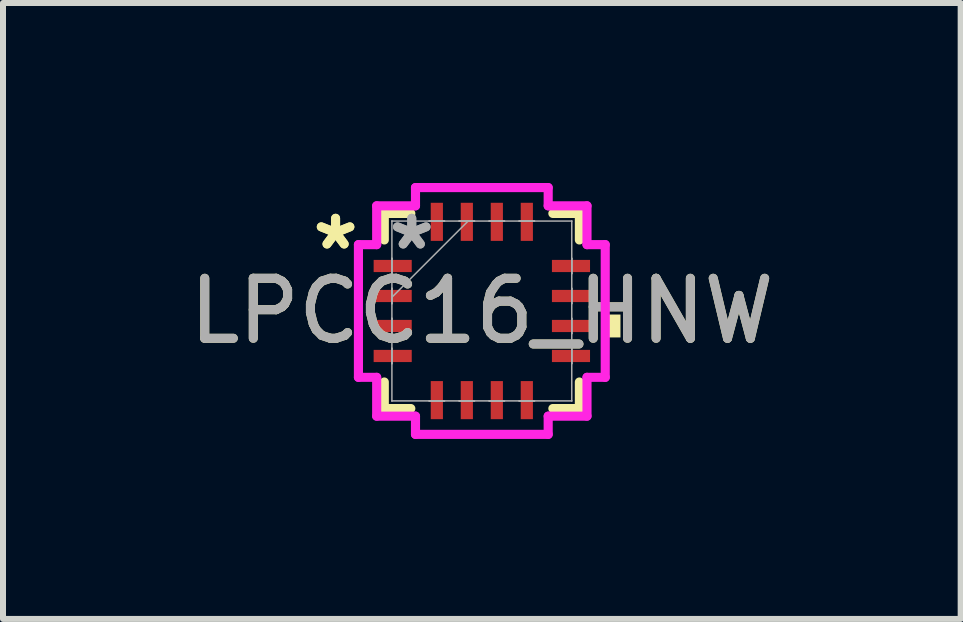
<source format=kicad_pcb>
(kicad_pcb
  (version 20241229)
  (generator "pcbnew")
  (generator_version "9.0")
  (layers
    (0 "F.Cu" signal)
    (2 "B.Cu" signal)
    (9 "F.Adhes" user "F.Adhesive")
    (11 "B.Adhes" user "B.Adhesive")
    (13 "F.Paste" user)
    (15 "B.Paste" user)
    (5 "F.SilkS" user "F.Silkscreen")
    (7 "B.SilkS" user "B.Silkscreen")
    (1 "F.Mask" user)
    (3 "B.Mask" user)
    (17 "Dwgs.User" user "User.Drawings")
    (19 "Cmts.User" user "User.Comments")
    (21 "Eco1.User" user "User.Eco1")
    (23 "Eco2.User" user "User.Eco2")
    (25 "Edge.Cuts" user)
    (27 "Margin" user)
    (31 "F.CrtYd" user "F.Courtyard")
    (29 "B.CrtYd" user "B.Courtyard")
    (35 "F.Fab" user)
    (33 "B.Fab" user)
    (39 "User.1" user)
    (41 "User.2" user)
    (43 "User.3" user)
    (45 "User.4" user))
  (footprint "LPCC16_HNW"
    (layer "F.Cu")
    (at 4.982 2.134)
    (property "Reference" "LPCC16_HNW" (at 0 0 0) (unlocked yes) (layer "F.SilkS") (effects (font (size 1 1) (thickness 0.15))))
    (attr smd)
    (fp_line (start -1.626 -1.626) (end -1.626 -1.184) (stroke (width 0.152) (type solid)) (layer "F.SilkS"))
    (fp_line (start -1.626 1.184) (end -1.626 1.626) (stroke (width 0.152) (type solid)) (layer "F.SilkS"))
    (fp_line (start -1.626 1.626) (end -1.184 1.626) (stroke (width 0.152) (type solid)) (layer "F.SilkS"))
    (fp_line (start -1.184 -1.626) (end -1.626 -1.626) (stroke (width 0.152) (type solid)) (layer "F.SilkS"))
    (fp_line (start 1.184 1.626) (end 1.626 1.626) (stroke (width 0.152) (type solid)) (layer "F.SilkS"))
    (fp_line (start 1.626 -1.626) (end 1.184 -1.626) (stroke (width 0.152) (type solid)) (layer "F.SilkS"))
    (fp_line (start 1.626 -1.184) (end 1.626 -1.626) (stroke (width 0.152) (type solid)) (layer "F.SilkS"))
    (fp_line (start 1.626 1.626) (end 1.626 1.184) (stroke (width 0.152) (type solid)) (layer "F.SilkS"))
    (fp_poly (pts (xy 2.311 0.059) (xy 2.311 0.441) (xy 2.057 0.441) (xy 2.057 0.059)) (stroke (width 0) (type solid)) (fill yes) (layer "F.SilkS"))
    (fp_line (start -2.057 -1.106) (end -1.753 -1.106) (stroke (width 0.152) (type solid)) (layer "F.CrtYd"))
    (fp_line (start -2.057 1.106) (end -2.057 -1.106) (stroke (width 0.152) (type solid)) (layer "F.CrtYd"))
    (fp_line (start -1.753 -1.753) (end -1.106 -1.753) (stroke (width 0.152) (type solid)) (layer "F.CrtYd"))
    (fp_line (start -1.753 -1.106) (end -1.753 -1.753) (stroke (width 0.152) (type solid)) (layer "F.CrtYd"))
    (fp_line (start -1.753 1.106) (end -2.057 1.106) (stroke (width 0.152) (type solid)) (layer "F.CrtYd"))
    (fp_line (start -1.753 1.753) (end -1.753 1.106) (stroke (width 0.152) (type solid)) (layer "F.CrtYd"))
    (fp_line (start -1.106 -2.057) (end 1.106 -2.057) (stroke (width 0.152) (type solid)) (layer "F.CrtYd"))
    (fp_line (start -1.106 -1.753) (end -1.106 -2.057) (stroke (width 0.152) (type solid)) (layer "F.CrtYd"))
    (fp_line (start -1.106 1.753) (end -1.753 1.753) (stroke (width 0.152) (type solid)) (layer "F.CrtYd"))
    (fp_line (start -1.106 2.057) (end -1.106 1.753) (stroke (width 0.152) (type solid)) (layer "F.CrtYd"))
    (fp_line (start 1.106 -2.057) (end 1.106 -1.753) (stroke (width 0.152) (type solid)) (layer "F.CrtYd"))
    (fp_line (start 1.106 -1.753) (end 1.753 -1.753) (stroke (width 0.152) (type solid)) (layer "F.CrtYd"))
    (fp_line (start 1.106 1.753) (end 1.106 2.057) (stroke (width 0.152) (type solid)) (layer "F.CrtYd"))
    (fp_line (start 1.106 2.057) (end -1.106 2.057) (stroke (width 0.152) (type solid)) (layer "F.CrtYd"))
    (fp_line (start 1.753 -1.753) (end 1.753 -1.106) (stroke (width 0.152) (type solid)) (layer "F.CrtYd"))
    (fp_line (start 1.753 -1.106) (end 2.057 -1.106) (stroke (width 0.152) (type solid)) (layer "F.CrtYd"))
    (fp_line (start 1.753 1.106) (end 1.753 1.753) (stroke (width 0.152) (type solid)) (layer "F.CrtYd"))
    (fp_line (start 1.753 1.753) (end 1.106 1.753) (stroke (width 0.152) (type solid)) (layer "F.CrtYd"))
    (fp_line (start 2.057 -1.106) (end 2.057 1.106) (stroke (width 0.152) (type solid)) (layer "F.CrtYd"))
    (fp_line (start 2.057 1.106) (end 1.753 1.106) (stroke (width 0.152) (type solid)) (layer "F.CrtYd"))
    (fp_line (start -1.499 -1.499) (end -1.499 -1.499) (stroke (width 0.025) (type solid)) (layer "F.Fab"))
    (fp_line (start -1.499 -1.499) (end -1.499 1.499) (stroke (width 0.025) (type solid)) (layer "F.Fab"))
    (fp_line (start -1.499 -0.877) (end -1.499 -0.877) (stroke (width 0.025) (type solid)) (layer "F.Fab"))
    (fp_line (start -1.499 -0.877) (end -1.499 -0.623) (stroke (width 0.025) (type solid)) (layer "F.Fab"))
    (fp_line (start -1.499 -0.623) (end -1.499 -0.877) (stroke (width 0.025) (type solid)) (layer "F.Fab"))
    (fp_line (start -1.499 -0.623) (end -1.499 -0.623) (stroke (width 0.025) (type solid)) (layer "F.Fab"))
    (fp_line (start -1.499 -0.377) (end -1.499 -0.377) (stroke (width 0.025) (type solid)) (layer "F.Fab"))
    (fp_line (start -1.499 -0.377) (end -1.499 -0.123) (stroke (width 0.025) (type solid)) (layer "F.Fab"))
    (fp_line (start -1.499 -0.229) (end -0.229 -1.499) (stroke (width 0.025) (type solid)) (layer "F.Fab"))
    (fp_line (start -1.499 -0.123) (end -1.499 -0.377) (stroke (width 0.025) (type solid)) (layer "F.Fab"))
    (fp_line (start -1.499 -0.123) (end -1.499 -0.123) (stroke (width 0.025) (type solid)) (layer "F.Fab"))
    (fp_line (start -1.499 0.123) (end -1.499 0.123) (stroke (width 0.025) (type solid)) (layer "F.Fab"))
    (fp_line (start -1.499 0.123) (end -1.499 0.377) (stroke (width 0.025) (type solid)) (layer "F.Fab"))
    (fp_line (start -1.499 0.377) (end -1.499 0.123) (stroke (width 0.025) (type solid)) (layer "F.Fab"))
    (fp_line (start -1.499 0.377) (end -1.499 0.377) (stroke (width 0.025) (type solid)) (layer "F.Fab"))
    (fp_line (start -1.499 0.623) (end -1.499 0.623) (stroke (width 0.025) (type solid)) (layer "F.Fab"))
    (fp_line (start -1.499 0.623) (end -1.499 0.877) (stroke (width 0.025) (type solid)) (layer "F.Fab"))
    (fp_line (start -1.499 0.877) (end -1.499 0.623) (stroke (width 0.025) (type solid)) (layer "F.Fab"))
    (fp_line (start -1.499 0.877) (end -1.499 0.877) (stroke (width 0.025) (type solid)) (layer "F.Fab"))
    (fp_line (start -1.499 1.499) (end -1.499 1.499) (stroke (width 0.025) (type solid)) (layer "F.Fab"))
    (fp_line (start -1.499 1.499) (end 1.499 1.499) (stroke (width 0.025) (type solid)) (layer "F.Fab"))
    (fp_line (start -0.877 -1.499) (end -0.877 -1.499) (stroke (width 0.025) (type solid)) (layer "F.Fab"))
    (fp_line (start -0.877 -1.499) (end -0.623 -1.499) (stroke (width 0.025) (type solid)) (layer "F.Fab"))
    (fp_line (start -0.877 1.499) (end -0.877 1.499) (stroke (width 0.025) (type solid)) (layer "F.Fab"))
    (fp_line (start -0.877 1.499) (end -0.623 1.499) (stroke (width 0.025) (type solid)) (layer "F.Fab"))
    (fp_line (start -0.623 -1.499) (end -0.877 -1.499) (stroke (width 0.025) (type solid)) (layer "F.Fab"))
    (fp_line (start -0.623 -1.499) (end -0.623 -1.499) (stroke (width 0.025) (type solid)) (layer "F.Fab"))
    (fp_line (start -0.623 1.499) (end -0.877 1.499) (stroke (width 0.025) (type solid)) (layer "F.Fab"))
    (fp_line (start -0.623 1.499) (end -0.623 1.499) (stroke (width 0.025) (type solid)) (layer "F.Fab"))
    (fp_line (start -0.377 -1.499) (end -0.377 -1.499) (stroke (width 0.025) (type solid)) (layer "F.Fab"))
    (fp_line (start -0.377 -1.499) (end -0.123 -1.499) (stroke (width 0.025) (type solid)) (layer "F.Fab"))
    (fp_line (start -0.377 1.499) (end -0.377 1.499) (stroke (width 0.025) (type solid)) (layer "F.Fab"))
    (fp_line (start -0.377 1.499) (end -0.123 1.499) (stroke (width 0.025) (type solid)) (layer "F.Fab"))
    (fp_line (start -0.123 -1.499) (end -0.377 -1.499) (stroke (width 0.025) (type solid)) (layer "F.Fab"))
    (fp_line (start -0.123 -1.499) (end -0.123 -1.499) (stroke (width 0.025) (type solid)) (layer "F.Fab"))
    (fp_line (start -0.123 1.499) (end -0.377 1.499) (stroke (width 0.025) (type solid)) (layer "F.Fab"))
    (fp_line (start -0.123 1.499) (end -0.123 1.499) (stroke (width 0.025) (type solid)) (layer "F.Fab"))
    (fp_line (start 0.123 -1.499) (end 0.123 -1.499) (stroke (width 0.025) (type solid)) (layer "F.Fab"))
    (fp_line (start 0.123 -1.499) (end 0.377 -1.499) (stroke (width 0.025) (type solid)) (layer "F.Fab"))
    (fp_line (start 0.123 1.499) (end 0.123 1.499) (stroke (width 0.025) (type solid)) (layer "F.Fab"))
    (fp_line (start 0.123 1.499) (end 0.377 1.499) (stroke (width 0.025) (type solid)) (layer "F.Fab"))
    (fp_line (start 0.377 -1.499) (end 0.123 -1.499) (stroke (width 0.025) (type solid)) (layer "F.Fab"))
    (fp_line (start 0.377 -1.499) (end 0.377 -1.499) (stroke (width 0.025) (type solid)) (layer "F.Fab"))
    (fp_line (start 0.377 1.499) (end 0.123 1.499) (stroke (width 0.025) (type solid)) (layer "F.Fab"))
    (fp_line (start 0.377 1.499) (end 0.377 1.499) (stroke (width 0.025) (type solid)) (layer "F.Fab"))
    (fp_line (start 0.623 -1.499) (end 0.623 -1.499) (stroke (width 0.025) (type solid)) (layer "F.Fab"))
    (fp_line (start 0.623 -1.499) (end 0.877 -1.499) (stroke (width 0.025) (type solid)) (layer "F.Fab"))
    (fp_line (start 0.623 1.499) (end 0.623 1.499) (stroke (width 0.025) (type solid)) (layer "F.Fab"))
    (fp_line (start 0.623 1.499) (end 0.877 1.499) (stroke (width 0.025) (type solid)) (layer "F.Fab"))
    (fp_line (start 0.877 -1.499) (end 0.623 -1.499) (stroke (width 0.025) (type solid)) (layer "F.Fab"))
    (fp_line (start 0.877 -1.499) (end 0.877 -1.499) (stroke (width 0.025) (type solid)) (layer "F.Fab"))
    (fp_line (start 0.877 1.499) (end 0.623 1.499) (stroke (width 0.025) (type solid)) (layer "F.Fab"))
    (fp_line (start 0.877 1.499) (end 0.877 1.499) (stroke (width 0.025) (type solid)) (layer "F.Fab"))
    (fp_line (start 1.499 -1.499) (end -1.499 -1.499) (stroke (width 0.025) (type solid)) (layer "F.Fab"))
    (fp_line (start 1.499 -1.499) (end 1.499 -1.499) (stroke (width 0.025) (type solid)) (layer "F.Fab"))
    (fp_line (start 1.499 -0.877) (end 1.499 -0.877) (stroke (width 0.025) (type solid)) (layer "F.Fab"))
    (fp_line (start 1.499 -0.877) (end 1.499 -0.623) (stroke (width 0.025) (type solid)) (layer "F.Fab"))
    (fp_line (start 1.499 -0.623) (end 1.499 -0.877) (stroke (width 0.025) (type solid)) (layer "F.Fab"))
    (fp_line (start 1.499 -0.623) (end 1.499 -0.623) (stroke (width 0.025) (type solid)) (layer "F.Fab"))
    (fp_line (start 1.499 -0.377) (end 1.499 -0.377) (stroke (width 0.025) (type solid)) (layer "F.Fab"))
    (fp_line (start 1.499 -0.377) (end 1.499 -0.123) (stroke (width 0.025) (type solid)) (layer "F.Fab"))
    (fp_line (start 1.499 -0.123) (end 1.499 -0.377) (stroke (width 0.025) (type solid)) (layer "F.Fab"))
    (fp_line (start 1.499 -0.123) (end 1.499 -0.123) (stroke (width 0.025) (type solid)) (layer "F.Fab"))
    (fp_line (start 1.499 0.123) (end 1.499 0.123) (stroke (width 0.025) (type solid)) (layer "F.Fab"))
    (fp_line (start 1.499 0.123) (end 1.499 0.377) (stroke (width 0.025) (type solid)) (layer "F.Fab"))
    (fp_line (start 1.499 0.377) (end 1.499 0.123) (stroke (width 0.025) (type solid)) (layer "F.Fab"))
    (fp_line (start 1.499 0.377) (end 1.499 0.377) (stroke (width 0.025) (type solid)) (layer "F.Fab"))
    (fp_line (start 1.499 0.623) (end 1.499 0.623) (stroke (width 0.025) (type solid)) (layer "F.Fab"))
    (fp_line (start 1.499 0.623) (end 1.499 0.877) (stroke (width 0.025) (type solid)) (layer "F.Fab"))
    (fp_line (start 1.499 0.877) (end 1.499 0.623) (stroke (width 0.025) (type solid)) (layer "F.Fab"))
    (fp_line (start 1.499 0.877) (end 1.499 0.877) (stroke (width 0.025) (type solid)) (layer "F.Fab"))
    (fp_line (start 1.499 1.499) (end 1.499 -1.499) (stroke (width 0.025) (type solid)) (layer "F.Fab"))
    (fp_line (start 1.499 1.499) (end 1.499 1.499) (stroke (width 0.025) (type solid)) (layer "F.Fab"))
    (fp_text user "*" (at -2.438 -1 0) (layer "F.SilkS") (effects (font (size 1 1) (thickness 0.15))))
    (fp_text user "*" (at -2.438 -1 0) (unlocked yes) (layer "F.SilkS") (effects (font (size 1 1) (thickness 0.15))))
    (fp_text user "*" (at -1.168 -1 0) (unlocked yes) (layer "F.Fab") (effects (font (size 1 1) (thickness 0.15))))
    (fp_text user "${REFERENCE}" (at 0 0 0) (unlocked yes) (layer "F.Fab") (effects (font (size 1 1) (thickness 0.15))))
    (fp_text user "*" (at -1.168 -1 0) (layer "F.Fab") (effects (font (size 1 1) (thickness 0.15))))
    (pad "1" smd rect (at -1.486 -0.75 90) (size 0.203 0.635) (layers "F.Cu" "F.Mask" "F.Paste"))
    (pad "2" smd rect (at -1.486 -0.25 90) (size 0.203 0.635) (layers "F.Cu" "F.Mask" "F.Paste"))
    (pad "3" smd rect (at -1.486 0.25 90) (size 0.203 0.635) (layers "F.Cu" "F.Mask" "F.Paste"))
    (pad "4" smd rect (at -1.486 0.75 90) (size 0.203 0.635) (layers "F.Cu" "F.Mask" "F.Paste"))
    (pad "5" smd rect (at -0.75 1.486) (size 0.203 0.635) (layers "F.Cu" "F.Mask" "F.Paste"))
    (pad "6" smd rect (at -0.25 1.486) (size 0.203 0.635) (layers "F.Cu" "F.Mask" "F.Paste"))
    (pad "7" smd rect (at 0.25 1.486) (size 0.203 0.635) (layers "F.Cu" "F.Mask" "F.Paste"))
    (pad "8" smd rect (at 0.75 1.486) (size 0.203 0.635) (layers "F.Cu" "F.Mask" "F.Paste"))
    (pad "9" smd rect (at 1.486 0.75 90) (size 0.203 0.635) (layers "F.Cu" "F.Mask" "F.Paste"))
    (pad "10" smd rect (at 1.486 0.25 90) (size 0.203 0.635) (layers "F.Cu" "F.Mask" "F.Paste"))
    (pad "11" smd rect (at 1.486 -0.25 90) (size 0.203 0.635) (layers "F.Cu" "F.Mask" "F.Paste"))
    (pad "12" smd rect (at 1.486 -0.75 90) (size 0.203 0.635) (layers "F.Cu" "F.Mask" "F.Paste"))
    (pad "13" smd rect (at 0.75 -1.486) (size 0.203 0.635) (layers "F.Cu" "F.Mask" "F.Paste"))
    (pad "14" smd rect (at 0.25 -1.486) (size 0.203 0.635) (layers "F.Cu" "F.Mask" "F.Paste"))
    (pad "15" smd rect (at -0.25 -1.486) (size 0.203 0.635) (layers "F.Cu" "F.Mask" "F.Paste"))
    (pad "16" smd rect (at -0.75 -1.486) (size 0.203 0.635) (layers "F.Cu" "F.Mask" "F.Paste")))
  (gr_rect
    (start -3 -3)
    (end 12.964 7.267)
    (stroke (width 0.1) (type default))
    (fill no)
    (layer "Edge.Cuts")))
</source>
